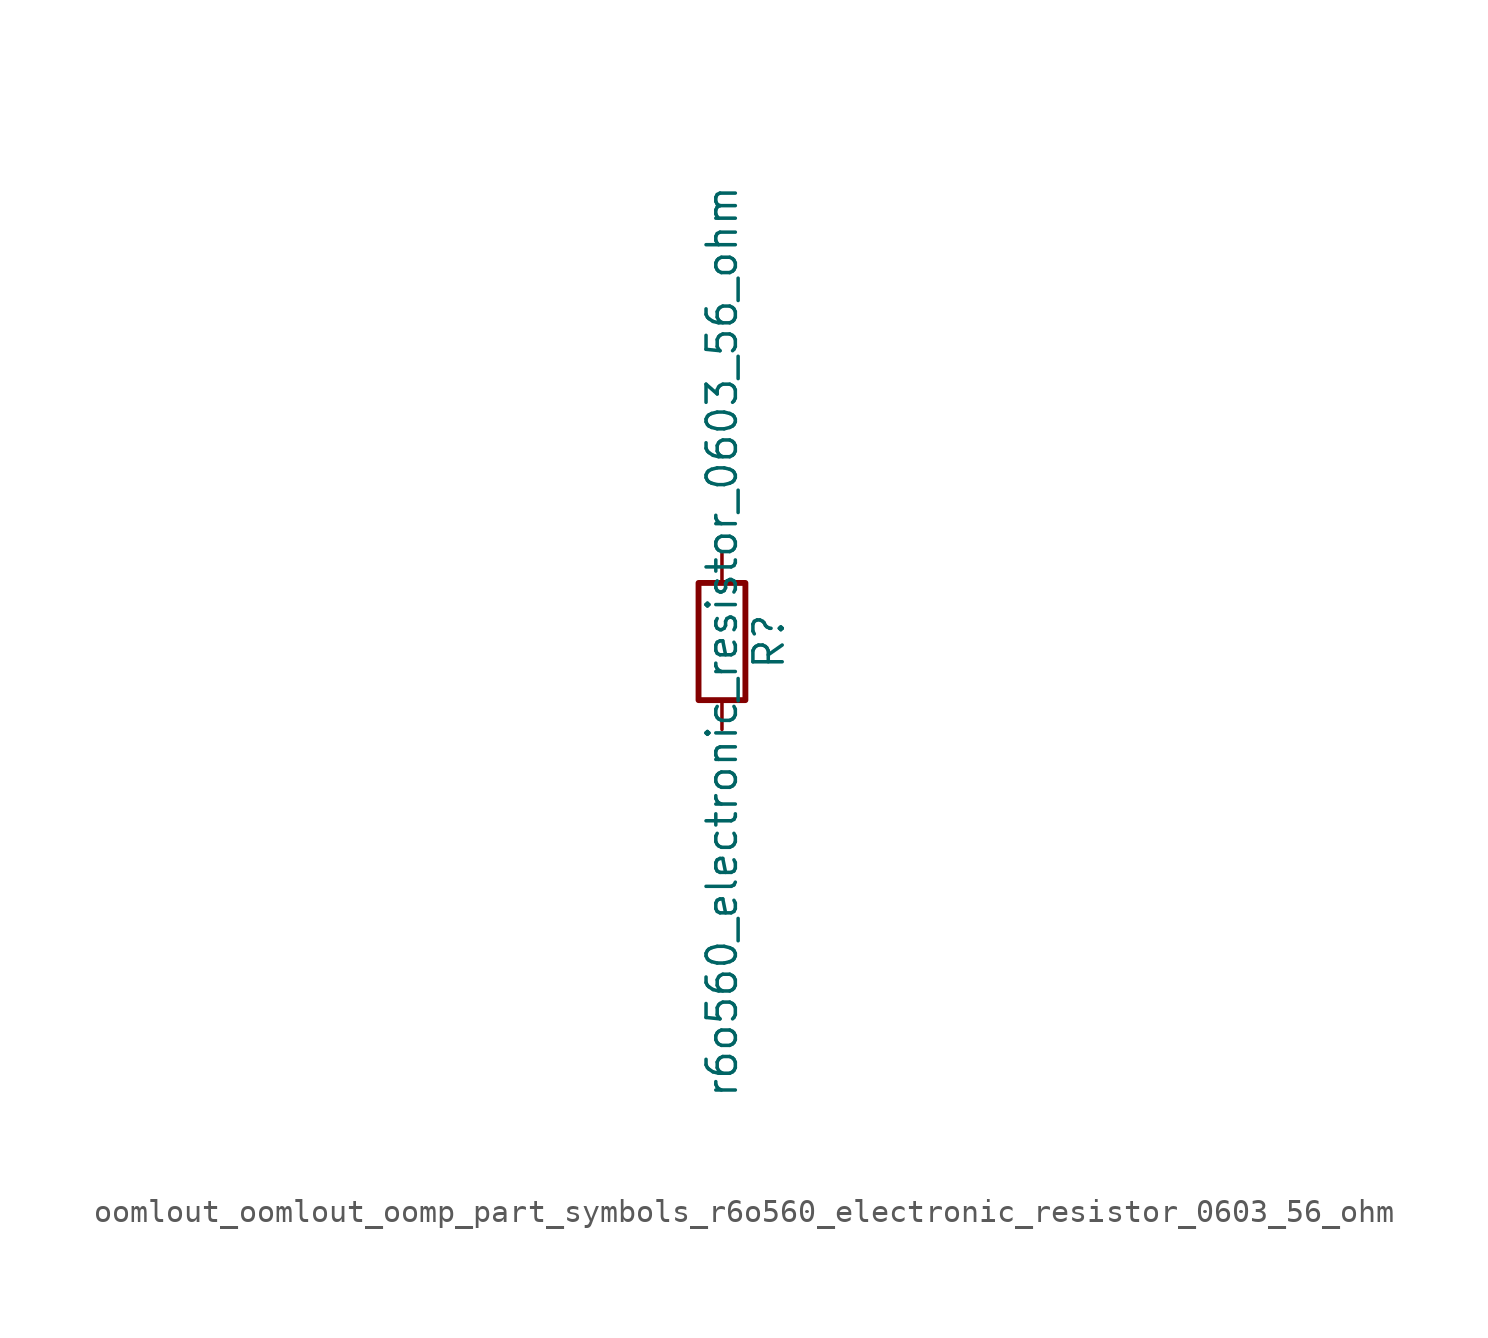
<source format=kicad_sym>
(kicad_symbol_lib
  (version 20220914)
  (generator kicad_symbol_editor)
  (symbol "oomlout_oomlout_oomp_part_symbols_r6o560_electronic_resistor_0603_56_ohm"
    (pin_numbers hide)
    (pin_names
      (offset 0))
    (property "Reference" "R"
      (at 2.032 0 90)
      (effects (font (size 1.27 1.27))))
    (property "Value" "r6o560_electronic_resistor_0603_56_ohm"
      (at 0 0 90)
      (effects (font (size 1.27 1.27))))
    (symbol "oomlout_oomlout_oomp_part_symbols_r6o560_electronic_resistor_0603_56_ohm_0_1"
      (rectangle (start -1.016 -2.54) (end 1.016 2.54) (stroke (width 0.254) (type default)) (fill (type none))))
    (symbol "oomlout_oomlout_oomp_part_symbols_r6o560_electronic_resistor_0603_56_ohm_1_1"
      (pin passive line (at 0 3.81 270) (length 1.27) (name "~" (effects (font (size 1.27 1.27)))) (number "1" (effects (font (size 1.27 1.27)))))
      (pin passive line (at 0 -3.81 90) (length 1.27) (name "~" (effects (font (size 1.27 1.27)))) (number "2" (effects (font (size 1.27 1.27))))))))
</source>
